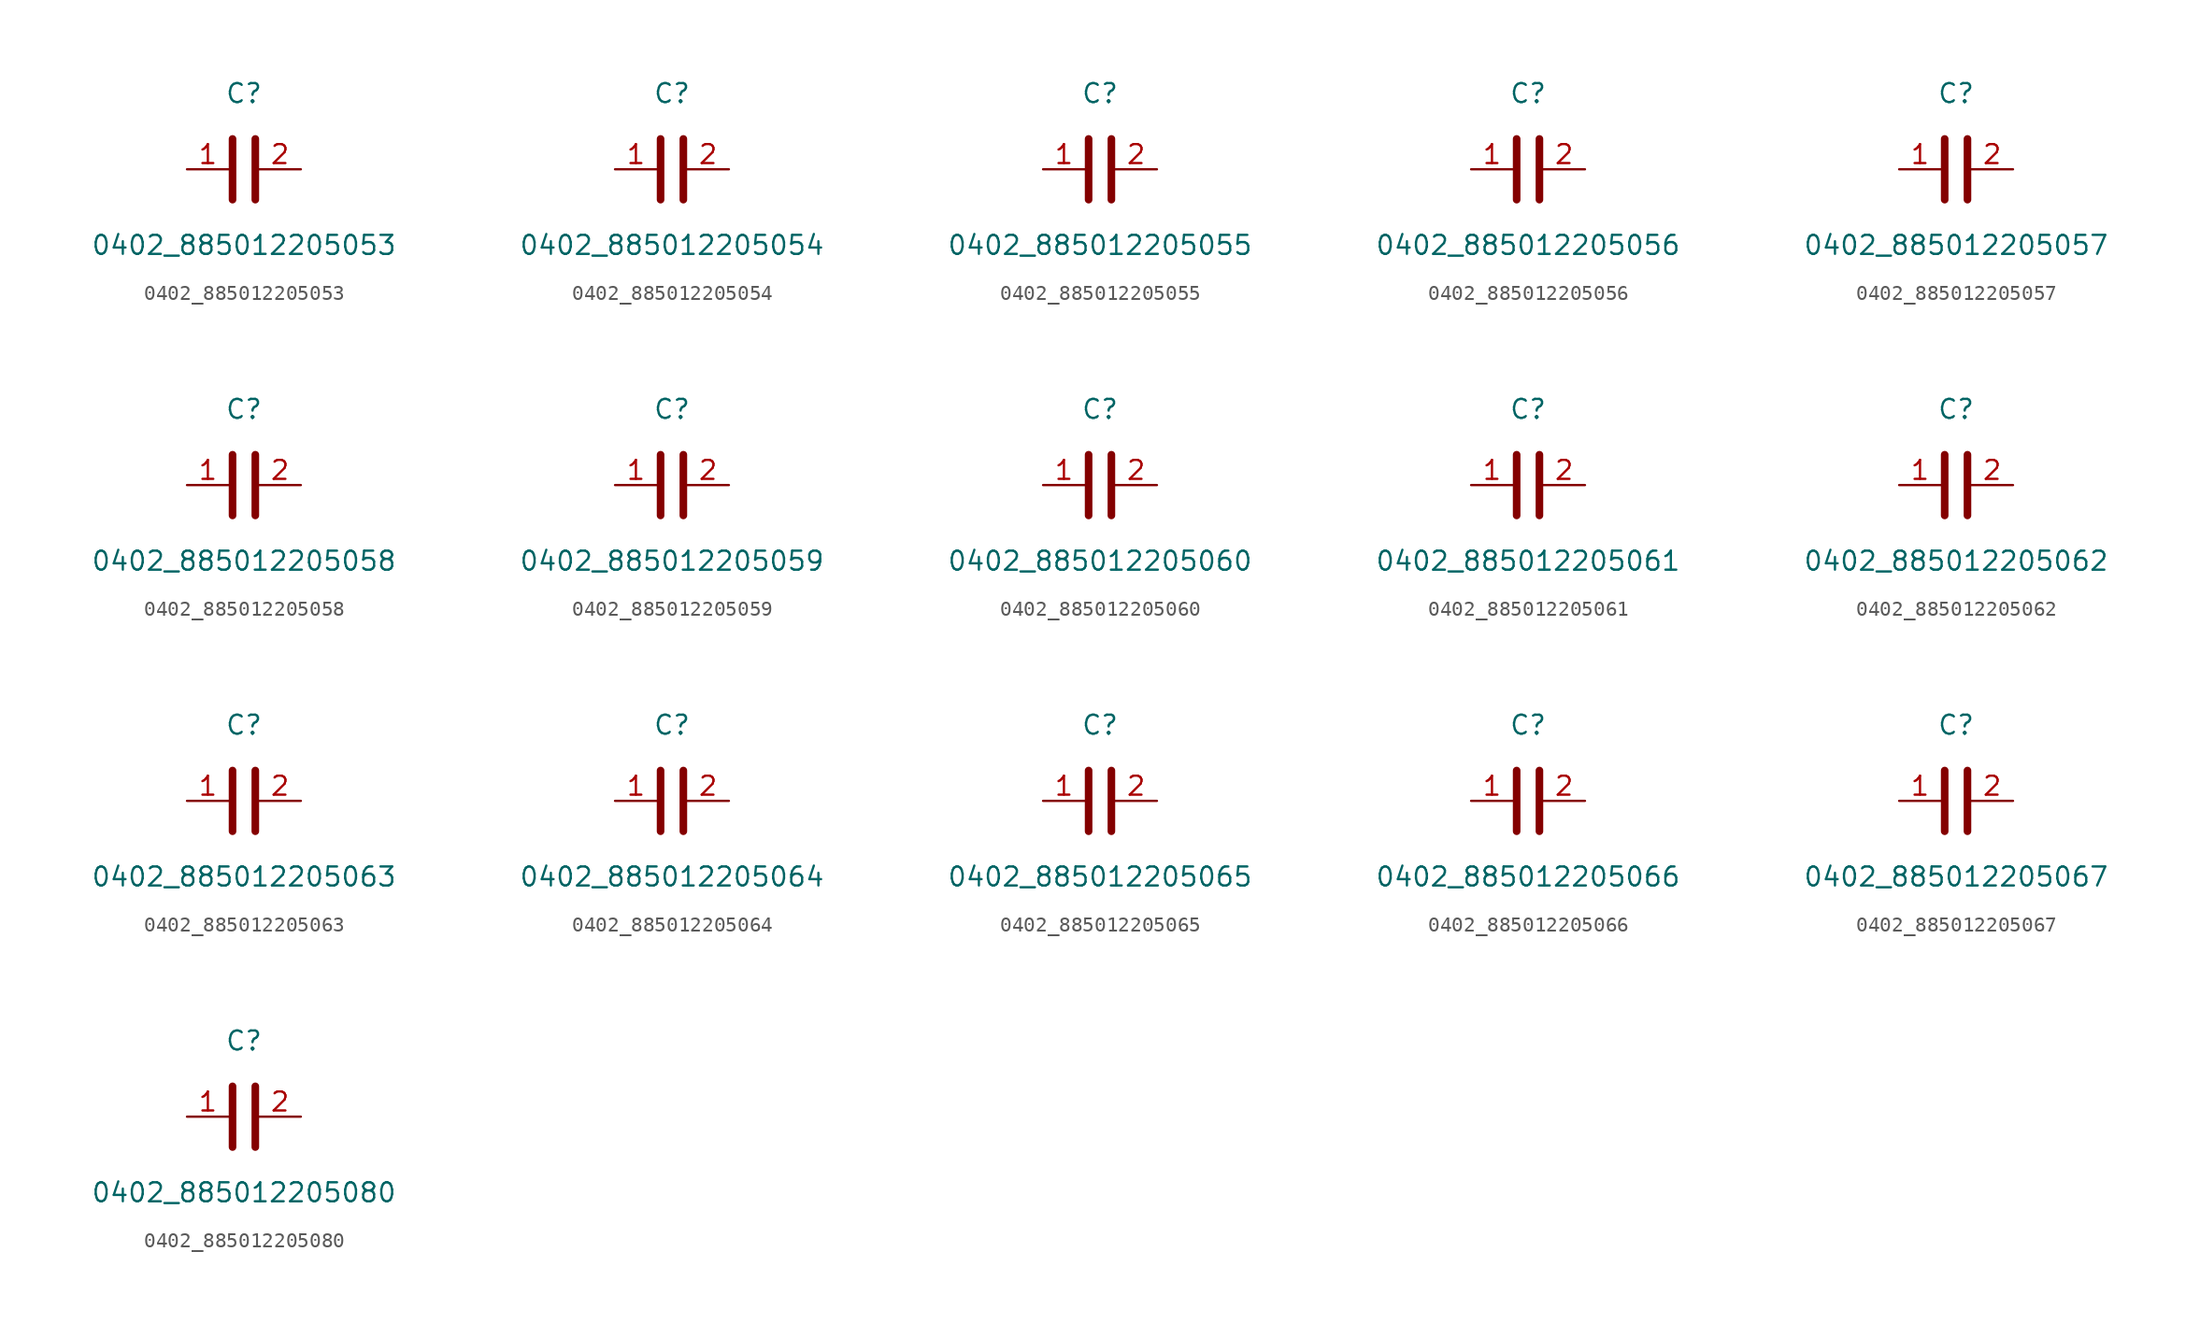
<source format=kicad_sym>
(kicad_symbol_lib
  (version 20220914)
  (generator kicad_symbol_editor)
  (symbol "0402_885012205053"
    (pin_names hide)
    (property "Reference" "C"
      (at 0 5.08 0)
      (effects (font (size 1.27 1.27))))
    (property "Value" "0402_885012205053"
      (at 0 -5.08 0)
      (effects (font (size 1.27 1.27))))
    (symbol "0402_885012205053_0_1"
      (polyline (pts (xy -0.762 -2.032) (xy -0.762 2.032)) (stroke (width 0.508) (type default)) (fill (type none)))
      (polyline (pts (xy 0.762 -2.032) (xy 0.762 2.032)) (stroke (width 0.508) (type default)) (fill (type none))))
    (symbol "0402_885012205053_1_1"
      (pin passive line (at -3.81 0 0) (length 2.794) (name "1" (effects (font (size 1.27 1.27)))) (number "1" (effects (font (size 1.27 1.27)))))
      (pin passive line (at 3.81 0 180) (length 2.794) (name "2" (effects (font (size 1.27 1.27)))) (number "2" (effects (font (size 1.27 1.27)))))))
  (symbol "0402_885012205054"
    (pin_names hide)
    (property "Reference" "C"
      (at 0 5.08 0)
      (effects (font (size 1.27 1.27))))
    (property "Value" "0402_885012205054"
      (at 0 -5.08 0)
      (effects (font (size 1.27 1.27))))
    (symbol "0402_885012205054_0_1"
      (polyline (pts (xy -0.762 -2.032) (xy -0.762 2.032)) (stroke (width 0.508) (type default)) (fill (type none)))
      (polyline (pts (xy 0.762 -2.032) (xy 0.762 2.032)) (stroke (width 0.508) (type default)) (fill (type none))))
    (symbol "0402_885012205054_1_1"
      (pin passive line (at -3.81 0 0) (length 2.794) (name "1" (effects (font (size 1.27 1.27)))) (number "1" (effects (font (size 1.27 1.27)))))
      (pin passive line (at 3.81 0 180) (length 2.794) (name "2" (effects (font (size 1.27 1.27)))) (number "2" (effects (font (size 1.27 1.27)))))))
  (symbol "0402_885012205055"
    (pin_names hide)
    (property "Reference" "C"
      (at 0 5.08 0)
      (effects (font (size 1.27 1.27))))
    (property "Value" "0402_885012205055"
      (at 0 -5.08 0)
      (effects (font (size 1.27 1.27))))
    (symbol "0402_885012205055_0_1"
      (polyline (pts (xy -0.762 -2.032) (xy -0.762 2.032)) (stroke (width 0.508) (type default)) (fill (type none)))
      (polyline (pts (xy 0.762 -2.032) (xy 0.762 2.032)) (stroke (width 0.508) (type default)) (fill (type none))))
    (symbol "0402_885012205055_1_1"
      (pin passive line (at -3.81 0 0) (length 2.794) (name "1" (effects (font (size 1.27 1.27)))) (number "1" (effects (font (size 1.27 1.27)))))
      (pin passive line (at 3.81 0 180) (length 2.794) (name "2" (effects (font (size 1.27 1.27)))) (number "2" (effects (font (size 1.27 1.27)))))))
  (symbol "0402_885012205056"
    (pin_names hide)
    (property "Reference" "C"
      (at 0 5.08 0)
      (effects (font (size 1.27 1.27))))
    (property "Value" "0402_885012205056"
      (at 0 -5.08 0)
      (effects (font (size 1.27 1.27))))
    (symbol "0402_885012205056_0_1"
      (polyline (pts (xy -0.762 -2.032) (xy -0.762 2.032)) (stroke (width 0.508) (type default)) (fill (type none)))
      (polyline (pts (xy 0.762 -2.032) (xy 0.762 2.032)) (stroke (width 0.508) (type default)) (fill (type none))))
    (symbol "0402_885012205056_1_1"
      (pin passive line (at -3.81 0 0) (length 2.794) (name "1" (effects (font (size 1.27 1.27)))) (number "1" (effects (font (size 1.27 1.27)))))
      (pin passive line (at 3.81 0 180) (length 2.794) (name "2" (effects (font (size 1.27 1.27)))) (number "2" (effects (font (size 1.27 1.27)))))))
  (symbol "0402_885012205057"
    (pin_names hide)
    (property "Reference" "C"
      (at 0 5.08 0)
      (effects (font (size 1.27 1.27))))
    (property "Value" "0402_885012205057"
      (at 0 -5.08 0)
      (effects (font (size 1.27 1.27))))
    (symbol "0402_885012205057_0_1"
      (polyline (pts (xy -0.762 -2.032) (xy -0.762 2.032)) (stroke (width 0.508) (type default)) (fill (type none)))
      (polyline (pts (xy 0.762 -2.032) (xy 0.762 2.032)) (stroke (width 0.508) (type default)) (fill (type none))))
    (symbol "0402_885012205057_1_1"
      (pin passive line (at -3.81 0 0) (length 2.794) (name "1" (effects (font (size 1.27 1.27)))) (number "1" (effects (font (size 1.27 1.27)))))
      (pin passive line (at 3.81 0 180) (length 2.794) (name "2" (effects (font (size 1.27 1.27)))) (number "2" (effects (font (size 1.27 1.27)))))))
  (symbol "0402_885012205058"
    (pin_names hide)
    (property "Reference" "C"
      (at 0 5.08 0)
      (effects (font (size 1.27 1.27))))
    (property "Value" "0402_885012205058"
      (at 0 -5.08 0)
      (effects (font (size 1.27 1.27))))
    (symbol "0402_885012205058_0_1"
      (polyline (pts (xy -0.762 -2.032) (xy -0.762 2.032)) (stroke (width 0.508) (type default)) (fill (type none)))
      (polyline (pts (xy 0.762 -2.032) (xy 0.762 2.032)) (stroke (width 0.508) (type default)) (fill (type none))))
    (symbol "0402_885012205058_1_1"
      (pin passive line (at -3.81 0 0) (length 2.794) (name "1" (effects (font (size 1.27 1.27)))) (number "1" (effects (font (size 1.27 1.27)))))
      (pin passive line (at 3.81 0 180) (length 2.794) (name "2" (effects (font (size 1.27 1.27)))) (number "2" (effects (font (size 1.27 1.27)))))))
  (symbol "0402_885012205059"
    (pin_names hide)
    (property "Reference" "C"
      (at 0 5.08 0)
      (effects (font (size 1.27 1.27))))
    (property "Value" "0402_885012205059"
      (at 0 -5.08 0)
      (effects (font (size 1.27 1.27))))
    (symbol "0402_885012205059_0_1"
      (polyline (pts (xy -0.762 -2.032) (xy -0.762 2.032)) (stroke (width 0.508) (type default)) (fill (type none)))
      (polyline (pts (xy 0.762 -2.032) (xy 0.762 2.032)) (stroke (width 0.508) (type default)) (fill (type none))))
    (symbol "0402_885012205059_1_1"
      (pin passive line (at -3.81 0 0) (length 2.794) (name "1" (effects (font (size 1.27 1.27)))) (number "1" (effects (font (size 1.27 1.27)))))
      (pin passive line (at 3.81 0 180) (length 2.794) (name "2" (effects (font (size 1.27 1.27)))) (number "2" (effects (font (size 1.27 1.27)))))))
  (symbol "0402_885012205060"
    (pin_names hide)
    (property "Reference" "C"
      (at 0 5.08 0)
      (effects (font (size 1.27 1.27))))
    (property "Value" "0402_885012205060"
      (at 0 -5.08 0)
      (effects (font (size 1.27 1.27))))
    (symbol "0402_885012205060_0_1"
      (polyline (pts (xy -0.762 -2.032) (xy -0.762 2.032)) (stroke (width 0.508) (type default)) (fill (type none)))
      (polyline (pts (xy 0.762 -2.032) (xy 0.762 2.032)) (stroke (width 0.508) (type default)) (fill (type none))))
    (symbol "0402_885012205060_1_1"
      (pin passive line (at -3.81 0 0) (length 2.794) (name "1" (effects (font (size 1.27 1.27)))) (number "1" (effects (font (size 1.27 1.27)))))
      (pin passive line (at 3.81 0 180) (length 2.794) (name "2" (effects (font (size 1.27 1.27)))) (number "2" (effects (font (size 1.27 1.27)))))))
  (symbol "0402_885012205061"
    (pin_names hide)
    (property "Reference" "C"
      (at 0 5.08 0)
      (effects (font (size 1.27 1.27))))
    (property "Value" "0402_885012205061"
      (at 0 -5.08 0)
      (effects (font (size 1.27 1.27))))
    (symbol "0402_885012205061_0_1"
      (polyline (pts (xy -0.762 -2.032) (xy -0.762 2.032)) (stroke (width 0.508) (type default)) (fill (type none)))
      (polyline (pts (xy 0.762 -2.032) (xy 0.762 2.032)) (stroke (width 0.508) (type default)) (fill (type none))))
    (symbol "0402_885012205061_1_1"
      (pin passive line (at -3.81 0 0) (length 2.794) (name "1" (effects (font (size 1.27 1.27)))) (number "1" (effects (font (size 1.27 1.27)))))
      (pin passive line (at 3.81 0 180) (length 2.794) (name "2" (effects (font (size 1.27 1.27)))) (number "2" (effects (font (size 1.27 1.27)))))))
  (symbol "0402_885012205062"
    (pin_names hide)
    (property "Reference" "C"
      (at 0 5.08 0)
      (effects (font (size 1.27 1.27))))
    (property "Value" "0402_885012205062"
      (at 0 -5.08 0)
      (effects (font (size 1.27 1.27))))
    (symbol "0402_885012205062_0_1"
      (polyline (pts (xy -0.762 -2.032) (xy -0.762 2.032)) (stroke (width 0.508) (type default)) (fill (type none)))
      (polyline (pts (xy 0.762 -2.032) (xy 0.762 2.032)) (stroke (width 0.508) (type default)) (fill (type none))))
    (symbol "0402_885012205062_1_1"
      (pin passive line (at -3.81 0 0) (length 2.794) (name "1" (effects (font (size 1.27 1.27)))) (number "1" (effects (font (size 1.27 1.27)))))
      (pin passive line (at 3.81 0 180) (length 2.794) (name "2" (effects (font (size 1.27 1.27)))) (number "2" (effects (font (size 1.27 1.27)))))))
  (symbol "0402_885012205063"
    (pin_names hide)
    (property "Reference" "C"
      (at 0 5.08 0)
      (effects (font (size 1.27 1.27))))
    (property "Value" "0402_885012205063"
      (at 0 -5.08 0)
      (effects (font (size 1.27 1.27))))
    (symbol "0402_885012205063_0_1"
      (polyline (pts (xy -0.762 -2.032) (xy -0.762 2.032)) (stroke (width 0.508) (type default)) (fill (type none)))
      (polyline (pts (xy 0.762 -2.032) (xy 0.762 2.032)) (stroke (width 0.508) (type default)) (fill (type none))))
    (symbol "0402_885012205063_1_1"
      (pin passive line (at -3.81 0 0) (length 2.794) (name "1" (effects (font (size 1.27 1.27)))) (number "1" (effects (font (size 1.27 1.27)))))
      (pin passive line (at 3.81 0 180) (length 2.794) (name "2" (effects (font (size 1.27 1.27)))) (number "2" (effects (font (size 1.27 1.27)))))))
  (symbol "0402_885012205064"
    (pin_names hide)
    (property "Reference" "C"
      (at 0 5.08 0)
      (effects (font (size 1.27 1.27))))
    (property "Value" "0402_885012205064"
      (at 0 -5.08 0)
      (effects (font (size 1.27 1.27))))
    (symbol "0402_885012205064_0_1"
      (polyline (pts (xy -0.762 -2.032) (xy -0.762 2.032)) (stroke (width 0.508) (type default)) (fill (type none)))
      (polyline (pts (xy 0.762 -2.032) (xy 0.762 2.032)) (stroke (width 0.508) (type default)) (fill (type none))))
    (symbol "0402_885012205064_1_1"
      (pin passive line (at -3.81 0 0) (length 2.794) (name "1" (effects (font (size 1.27 1.27)))) (number "1" (effects (font (size 1.27 1.27)))))
      (pin passive line (at 3.81 0 180) (length 2.794) (name "2" (effects (font (size 1.27 1.27)))) (number "2" (effects (font (size 1.27 1.27)))))))
  (symbol "0402_885012205065"
    (pin_names hide)
    (property "Reference" "C"
      (at 0 5.08 0)
      (effects (font (size 1.27 1.27))))
    (property "Value" "0402_885012205065"
      (at 0 -5.08 0)
      (effects (font (size 1.27 1.27))))
    (symbol "0402_885012205065_0_1"
      (polyline (pts (xy -0.762 -2.032) (xy -0.762 2.032)) (stroke (width 0.508) (type default)) (fill (type none)))
      (polyline (pts (xy 0.762 -2.032) (xy 0.762 2.032)) (stroke (width 0.508) (type default)) (fill (type none))))
    (symbol "0402_885012205065_1_1"
      (pin passive line (at -3.81 0 0) (length 2.794) (name "1" (effects (font (size 1.27 1.27)))) (number "1" (effects (font (size 1.27 1.27)))))
      (pin passive line (at 3.81 0 180) (length 2.794) (name "2" (effects (font (size 1.27 1.27)))) (number "2" (effects (font (size 1.27 1.27)))))))
  (symbol "0402_885012205066"
    (pin_names hide)
    (property "Reference" "C"
      (at 0 5.08 0)
      (effects (font (size 1.27 1.27))))
    (property "Value" "0402_885012205066"
      (at 0 -5.08 0)
      (effects (font (size 1.27 1.27))))
    (symbol "0402_885012205066_0_1"
      (polyline (pts (xy -0.762 -2.032) (xy -0.762 2.032)) (stroke (width 0.508) (type default)) (fill (type none)))
      (polyline (pts (xy 0.762 -2.032) (xy 0.762 2.032)) (stroke (width 0.508) (type default)) (fill (type none))))
    (symbol "0402_885012205066_1_1"
      (pin passive line (at -3.81 0 0) (length 2.794) (name "1" (effects (font (size 1.27 1.27)))) (number "1" (effects (font (size 1.27 1.27)))))
      (pin passive line (at 3.81 0 180) (length 2.794) (name "2" (effects (font (size 1.27 1.27)))) (number "2" (effects (font (size 1.27 1.27)))))))
  (symbol "0402_885012205067"
    (pin_names hide)
    (property "Reference" "C"
      (at 0 5.08 0)
      (effects (font (size 1.27 1.27))))
    (property "Value" "0402_885012205067"
      (at 0 -5.08 0)
      (effects (font (size 1.27 1.27))))
    (symbol "0402_885012205067_0_1"
      (polyline (pts (xy -0.762 -2.032) (xy -0.762 2.032)) (stroke (width 0.508) (type default)) (fill (type none)))
      (polyline (pts (xy 0.762 -2.032) (xy 0.762 2.032)) (stroke (width 0.508) (type default)) (fill (type none))))
    (symbol "0402_885012205067_1_1"
      (pin passive line (at -3.81 0 0) (length 2.794) (name "1" (effects (font (size 1.27 1.27)))) (number "1" (effects (font (size 1.27 1.27)))))
      (pin passive line (at 3.81 0 180) (length 2.794) (name "2" (effects (font (size 1.27 1.27)))) (number "2" (effects (font (size 1.27 1.27)))))))
  (symbol "0402_885012205080"
    (pin_names hide)
    (property "Reference" "C"
      (at 0 5.08 0)
      (effects (font (size 1.27 1.27))))
    (property "Value" "0402_885012205080"
      (at 0 -5.08 0)
      (effects (font (size 1.27 1.27))))
    (symbol "0402_885012205080_0_1"
      (polyline (pts (xy -0.762 -2.032) (xy -0.762 2.032)) (stroke (width 0.508) (type default)) (fill (type none)))
      (polyline (pts (xy 0.762 -2.032) (xy 0.762 2.032)) (stroke (width 0.508) (type default)) (fill (type none))))
    (symbol "0402_885012205080_1_1"
      (pin passive line (at -3.81 0 0) (length 2.794) (name "1" (effects (font (size 1.27 1.27)))) (number "1" (effects (font (size 1.27 1.27)))))
      (pin passive line (at 3.81 0 180) (length 2.794) (name "2" (effects (font (size 1.27 1.27)))) (number "2" (effects (font (size 1.27 1.27))))))))
</source>
